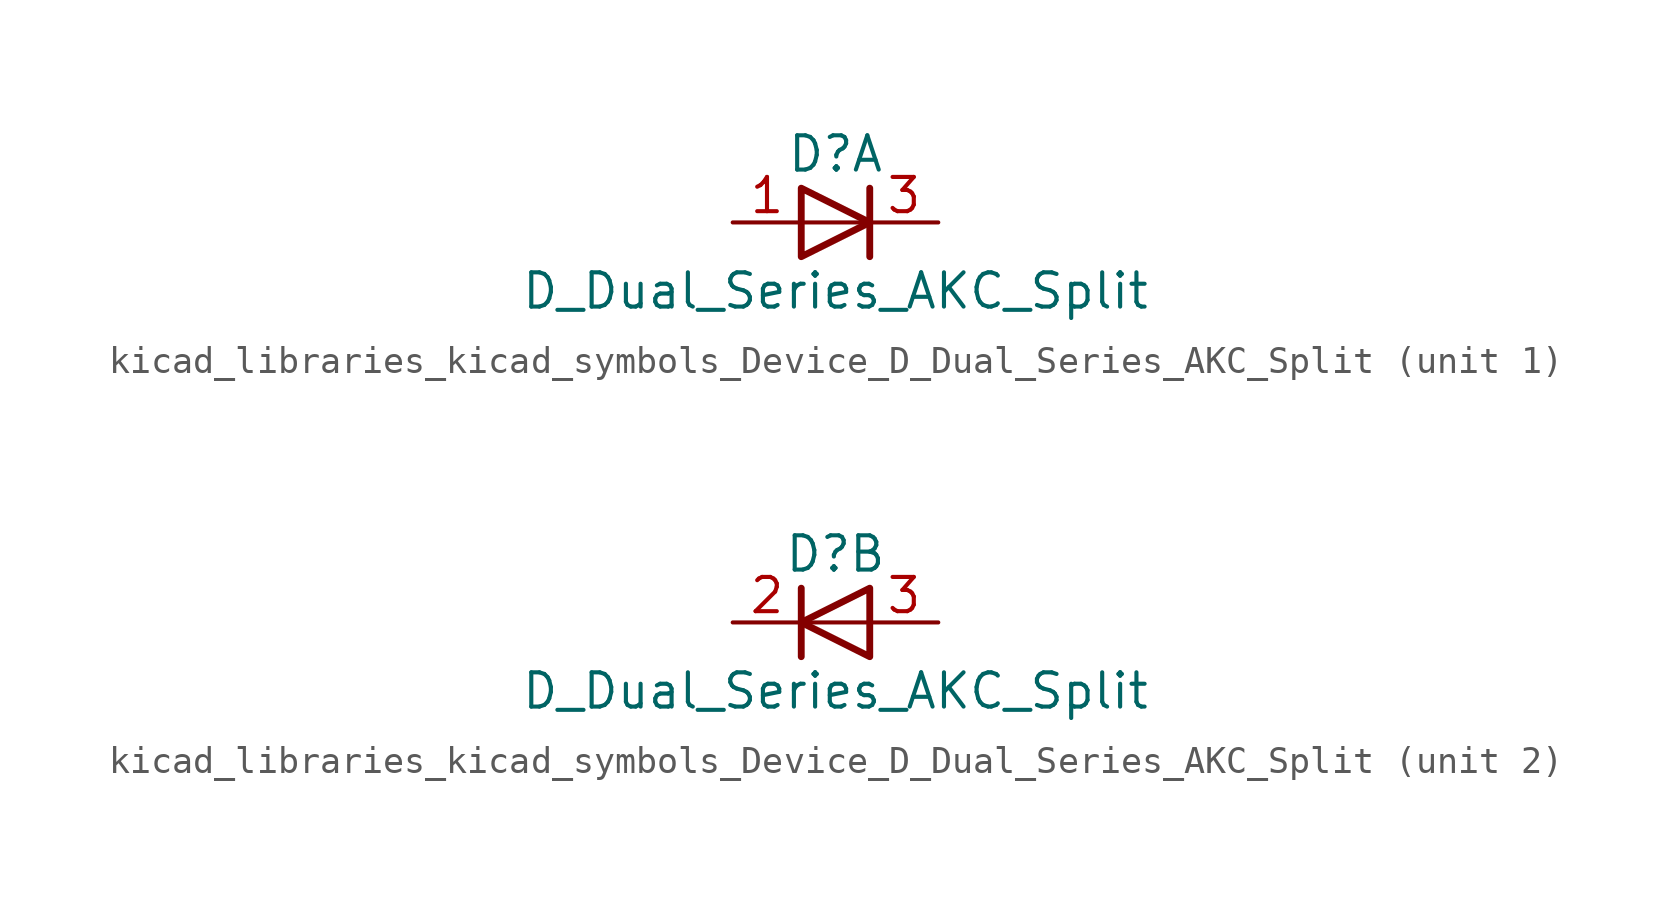
<source format=kicad_sym>
(kicad_symbol_lib
  (version 20220914)
  (generator kicad_symbol_editor)
  (symbol "kicad_libraries_kicad_symbols_Device_D_Dual_Series_AKC_Split"
    (pin_names
      (offset 0.762) hide)
    (property "Reference" "D"
      (at 0 2.54 0)
      (effects (font (size 1.27 1.27))))
    (property "Value" "D_Dual_Series_AKC_Split"
      (at 0 -2.54 0)
      (effects (font (size 1.27 1.27))))
    (property "ki_locked" ""
      (at 0 0 0)
      (effects (font (size 1.27 1.27))))
    (symbol "kicad_libraries_kicad_symbols_Device_D_Dual_Series_AKC_Split_0_1"
      (pin passive line (at 3.81 0 180) (length 2.54) (name "K" (effects (font (size 1.27 1.27)))) (number "3" (effects (font (size 1.27 1.27))))))
    (symbol "kicad_libraries_kicad_symbols_Device_D_Dual_Series_AKC_Split_1_0"
      (polyline (pts (xy 1.27 1.27) (xy 1.27 -1.27)) (stroke (width 0.254) (type default)) (fill (type none))))
    (symbol "kicad_libraries_kicad_symbols_Device_D_Dual_Series_AKC_Split_1_1"
      (polyline (pts (xy 1.27 0) (xy -1.27 0)) (stroke (width 0) (type default)) (fill (type none)))
      (polyline (pts (xy -1.27 1.27) (xy 1.27 0) (xy -1.27 -1.27) (xy -1.27 1.27) (xy -1.27 1.27) (xy -1.27 1.27)) (stroke (width 0.254) (type default)) (fill (type none)))
      (pin passive line (at -3.81 0 0) (length 2.54) (name "A" (effects (font (size 1.27 1.27)))) (number "1" (effects (font (size 1.27 1.27))))))
    (symbol "kicad_libraries_kicad_symbols_Device_D_Dual_Series_AKC_Split_2_0"
      (polyline (pts (xy -1.27 1.27) (xy -1.27 -1.27)) (stroke (width 0.254) (type default)) (fill (type none))))
    (symbol "kicad_libraries_kicad_symbols_Device_D_Dual_Series_AKC_Split_2_1"
      (polyline (pts (xy -1.27 0) (xy 1.27 0)) (stroke (width 0) (type default)) (fill (type none)))
      (polyline (pts (xy 1.27 1.27) (xy -1.27 0) (xy 1.27 -1.27) (xy 1.27 1.27) (xy 1.27 1.27) (xy 1.27 1.27)) (stroke (width 0.254) (type default)) (fill (type none)))
      (pin passive line (at -3.81 0 0) (length 2.54) (name "K" (effects (font (size 1.27 1.27)))) (number "2" (effects (font (size 1.27 1.27))))))))
</source>
